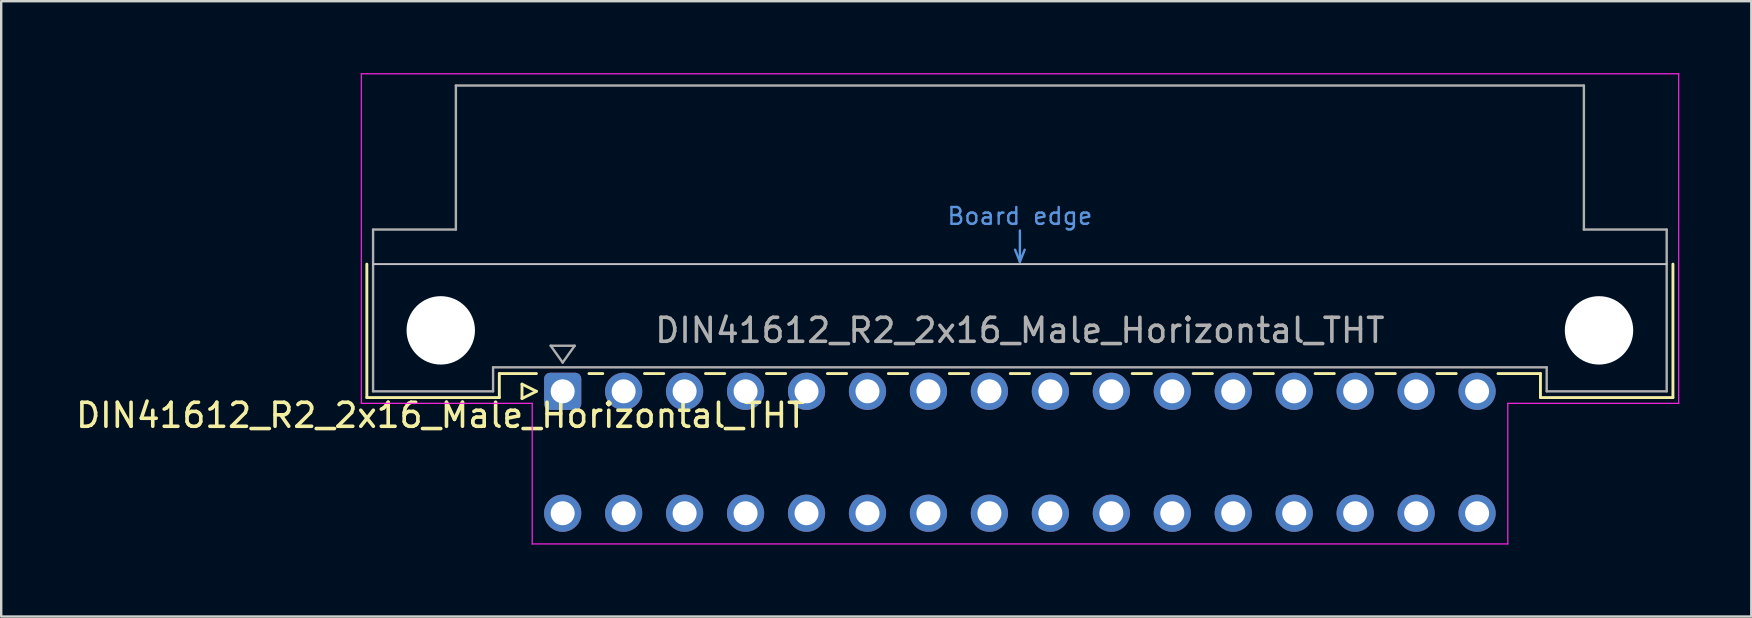
<source format=kicad_pcb>
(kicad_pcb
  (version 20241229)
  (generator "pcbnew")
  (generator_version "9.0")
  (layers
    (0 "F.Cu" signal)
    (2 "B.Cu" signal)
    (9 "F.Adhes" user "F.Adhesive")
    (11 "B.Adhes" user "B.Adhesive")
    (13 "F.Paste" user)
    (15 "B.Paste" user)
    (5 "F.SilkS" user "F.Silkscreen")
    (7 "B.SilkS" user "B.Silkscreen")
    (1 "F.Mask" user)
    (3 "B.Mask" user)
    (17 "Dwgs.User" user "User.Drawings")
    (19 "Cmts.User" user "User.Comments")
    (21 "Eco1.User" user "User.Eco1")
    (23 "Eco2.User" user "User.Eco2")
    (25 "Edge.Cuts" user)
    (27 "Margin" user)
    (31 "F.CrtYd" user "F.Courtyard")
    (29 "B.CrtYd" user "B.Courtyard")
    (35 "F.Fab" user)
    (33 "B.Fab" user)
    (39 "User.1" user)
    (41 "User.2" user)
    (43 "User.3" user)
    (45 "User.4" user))
  (footprint "DIN41612_R2_2x16_Male_Horizontal_THT"
    (layer "F.Cu")
    (at 20.395 13.255)
    (property "Reference" "DIN41612_R2_2x16_Male_Horizontal_THT" (at -5.08 1 0) (layer "F.SilkS") (effects (font (size 1 1) (thickness 0.15))))
    (attr through_hole)
    (fp_line (start -8.16 -5.3) (end -8.16 0.26) (stroke (width 0.12) (type solid)) (layer "F.SilkS"))
    (fp_line (start -8.16 0.26) (end -2.64 0.26) (stroke (width 0.12) (type solid)) (layer "F.SilkS"))
    (fp_line (start -2.64 -0.74) (end -1.095 -0.74) (stroke (width 0.12) (type solid)) (layer "F.SilkS"))
    (fp_line (start -2.64 0.26) (end -2.64 -0.74) (stroke (width 0.12) (type solid)) (layer "F.SilkS"))
    (fp_line (start -1.695 -0.3) (end -1.695 0.3) (stroke (width 0.12) (type solid)) (layer "F.SilkS"))
    (fp_line (start -1.695 0.3) (end -1.095 0) (stroke (width 0.12) (type solid)) (layer "F.SilkS"))
    (fp_line (start -1.095 0) (end -1.695 -0.3) (stroke (width 0.12) (type solid)) (layer "F.SilkS"))
    (fp_line (start 1.095 -0.74) (end 1.671 -0.74) (stroke (width 0.12) (type solid)) (layer "F.SilkS"))
    (fp_line (start 3.41 -0.74) (end 4.211 -0.74) (stroke (width 0.12) (type solid)) (layer "F.SilkS"))
    (fp_line (start 5.95 -0.74) (end 6.751 -0.74) (stroke (width 0.12) (type solid)) (layer "F.SilkS"))
    (fp_line (start 8.49 -0.74) (end 9.291 -0.74) (stroke (width 0.12) (type solid)) (layer "F.SilkS"))
    (fp_line (start 11.03 -0.74) (end 11.831 -0.74) (stroke (width 0.12) (type solid)) (layer "F.SilkS"))
    (fp_line (start 13.57 -0.74) (end 14.371 -0.74) (stroke (width 0.12) (type solid)) (layer "F.SilkS"))
    (fp_line (start 16.11 -0.74) (end 16.911 -0.74) (stroke (width 0.12) (type solid)) (layer "F.SilkS"))
    (fp_line (start 18.65 -0.74) (end 19.451 -0.74) (stroke (width 0.12) (type solid)) (layer "F.SilkS"))
    (fp_line (start 21.19 -0.74) (end 21.991 -0.74) (stroke (width 0.12) (type solid)) (layer "F.SilkS"))
    (fp_line (start 23.73 -0.74) (end 24.531 -0.74) (stroke (width 0.12) (type solid)) (layer "F.SilkS"))
    (fp_line (start 26.27 -0.74) (end 27.071 -0.74) (stroke (width 0.12) (type solid)) (layer "F.SilkS"))
    (fp_line (start 28.81 -0.74) (end 29.611 -0.74) (stroke (width 0.12) (type solid)) (layer "F.SilkS"))
    (fp_line (start 31.35 -0.74) (end 32.151 -0.74) (stroke (width 0.12) (type solid)) (layer "F.SilkS"))
    (fp_line (start 33.89 -0.74) (end 34.691 -0.74) (stroke (width 0.12) (type solid)) (layer "F.SilkS"))
    (fp_line (start 36.43 -0.74) (end 37.231 -0.74) (stroke (width 0.12) (type solid)) (layer "F.SilkS"))
    (fp_line (start 38.97 -0.74) (end 40.74 -0.74) (stroke (width 0.12) (type solid)) (layer "F.SilkS"))
    (fp_line (start 40.74 0.26) (end 40.74 -0.74) (stroke (width 0.12) (type solid)) (layer "F.SilkS"))
    (fp_line (start 46.26 -5.3) (end 46.26 0.26) (stroke (width 0.12) (type solid)) (layer "F.SilkS"))
    (fp_line (start 46.26 0.26) (end 40.74 0.26) (stroke (width 0.12) (type solid)) (layer "F.SilkS"))
    (fp_line (start -7.9 -5.3) (end 46 -5.3) (stroke (width 0.08) (type solid)) (layer "Dwgs.User"))
    (fp_line (start 18.85 -5.9) (end 19.05 -5.4) (stroke (width 0.1) (type solid)) (layer "Cmts.User"))
    (fp_line (start 19.05 -5.4) (end 19.05 -6.7) (stroke (width 0.1) (type solid)) (layer "Cmts.User"))
    (fp_line (start 19.05 -5.4) (end 19.25 -5.9) (stroke (width 0.1) (type solid)) (layer "Cmts.User"))
    (fp_line (start -8.39 -13.23) (end -8.39 0.5) (stroke (width 0.05) (type solid)) (layer "F.CrtYd"))
    (fp_line (start -8.39 0.5) (end -1.27 0.5) (stroke (width 0.05) (type solid)) (layer "F.CrtYd"))
    (fp_line (start -1.27 0.5) (end -1.27 6.36) (stroke (width 0.05) (type solid)) (layer "F.CrtYd"))
    (fp_line (start -1.27 6.36) (end 39.38 6.36) (stroke (width 0.05) (type solid)) (layer "F.CrtYd"))
    (fp_line (start 39.38 0.5) (end 46.5 0.5) (stroke (width 0.05) (type solid)) (layer "F.CrtYd"))
    (fp_line (start 39.38 6.36) (end 39.38 0.5) (stroke (width 0.05) (type solid)) (layer "F.CrtYd"))
    (fp_line (start 46.5 -13.23) (end -8.39 -13.23) (stroke (width 0.05) (type solid)) (layer "F.CrtYd"))
    (fp_line (start 46.5 0.5) (end 46.5 -13.23) (stroke (width 0.05) (type solid)) (layer "F.CrtYd"))
    (fp_line (start -7.9 -6.74) (end -7.9 0) (stroke (width 0.1) (type solid)) (layer "F.Fab"))
    (fp_line (start -7.9 0) (end -2.9 0) (stroke (width 0.1) (type solid)) (layer "F.Fab"))
    (fp_line (start -4.45 -12.74) (end -4.45 -6.74) (stroke (width 0.1) (type solid)) (layer "F.Fab"))
    (fp_line (start -4.45 -6.74) (end -7.9 -6.74) (stroke (width 0.1) (type solid)) (layer "F.Fab"))
    (fp_line (start -2.9 -1) (end 41 -1) (stroke (width 0.1) (type solid)) (layer "F.Fab"))
    (fp_line (start -2.9 0) (end -2.9 -1) (stroke (width 0.1) (type solid)) (layer "F.Fab"))
    (fp_line (start -0.5 -1.9) (end 0.5 -1.9) (stroke (width 0.1) (type solid)) (layer "F.Fab"))
    (fp_line (start 0 -1.2) (end -0.5 -1.9) (stroke (width 0.1) (type solid)) (layer "F.Fab"))
    (fp_line (start 0.5 -1.9) (end 0 -1.2) (stroke (width 0.1) (type solid)) (layer "F.Fab"))
    (fp_line (start 41 -1) (end 41 0) (stroke (width 0.1) (type solid)) (layer "F.Fab"))
    (fp_line (start 41 0) (end 46 0) (stroke (width 0.1) (type solid)) (layer "F.Fab"))
    (fp_line (start 42.55 -12.74) (end -4.45 -12.74) (stroke (width 0.1) (type solid)) (layer "F.Fab"))
    (fp_line (start 42.55 -6.74) (end 42.55 -12.74) (stroke (width 0.1) (type solid)) (layer "F.Fab"))
    (fp_line (start 46 -6.74) (end 42.55 -6.74) (stroke (width 0.1) (type solid)) (layer "F.Fab"))
    (fp_line (start 46 0) (end 46 -6.74) (stroke (width 0.1) (type solid)) (layer "F.Fab"))
    (fp_text user "Board edge" (at 19.05 -7.3 0) (layer "Cmts.User") (effects (font (size 0.7 0.7) (thickness 0.1))))
    (fp_text user "${REFERENCE}" (at 19.05 -2.54 0) (layer "F.Fab") (effects (font (size 1 1) (thickness 0.15))))
    (pad "" np_thru_hole circle (at -5.08 -2.54) (size 2.85 2.85) (drill 2.85) (layers "*.Cu" "*.Mask"))
    (pad "" np_thru_hole circle (at 43.18 -2.54) (size 2.85 2.85) (drill 2.85) (layers "*.Cu" "*.Mask"))
    (pad "a1" thru_hole roundrect (at 0 0) (size 1.55 1.55) (drill 1) (layers "*.Cu" "*.Mask") (roundrect_rratio 0.161))
    (pad "a2" thru_hole circle (at 2.54 0) (size 1.55 1.55) (drill 1) (layers "*.Cu" "*.Mask"))
    (pad "a3" thru_hole circle (at 5.08 0) (size 1.55 1.55) (drill 1) (layers "*.Cu" "*.Mask"))
    (pad "a4" thru_hole circle (at 7.62 0) (size 1.55 1.55) (drill 1) (layers "*.Cu" "*.Mask"))
    (pad "a5" thru_hole circle (at 10.16 0) (size 1.55 1.55) (drill 1) (layers "*.Cu" "*.Mask"))
    (pad "a6" thru_hole circle (at 12.7 0) (size 1.55 1.55) (drill 1) (layers "*.Cu" "*.Mask"))
    (pad "a7" thru_hole circle (at 15.24 0) (size 1.55 1.55) (drill 1) (layers "*.Cu" "*.Mask"))
    (pad "a8" thru_hole circle (at 17.78 0) (size 1.55 1.55) (drill 1) (layers "*.Cu" "*.Mask"))
    (pad "a9" thru_hole circle (at 20.32 0) (size 1.55 1.55) (drill 1) (layers "*.Cu" "*.Mask"))
    (pad "a10" thru_hole circle (at 22.86 0) (size 1.55 1.55) (drill 1) (layers "*.Cu" "*.Mask"))
    (pad "a11" thru_hole circle (at 25.4 0) (size 1.55 1.55) (drill 1) (layers "*.Cu" "*.Mask"))
    (pad "a12" thru_hole circle (at 27.94 0) (size 1.55 1.55) (drill 1) (layers "*.Cu" "*.Mask"))
    (pad "a13" thru_hole circle (at 30.48 0) (size 1.55 1.55) (drill 1) (layers "*.Cu" "*.Mask"))
    (pad "a14" thru_hole circle (at 33.02 0) (size 1.55 1.55) (drill 1) (layers "*.Cu" "*.Mask"))
    (pad "a15" thru_hole circle (at 35.56 0) (size 1.55 1.55) (drill 1) (layers "*.Cu" "*.Mask"))
    (pad "a16" thru_hole circle (at 38.1 0) (size 1.55 1.55) (drill 1) (layers "*.Cu" "*.Mask"))
    (pad "c1" thru_hole circle (at 0 5.08) (size 1.55 1.55) (drill 1) (layers "*.Cu" "*.Mask"))
    (pad "c2" thru_hole circle (at 2.54 5.08) (size 1.55 1.55) (drill 1) (layers "*.Cu" "*.Mask"))
    (pad "c3" thru_hole circle (at 5.08 5.08) (size 1.55 1.55) (drill 1) (layers "*.Cu" "*.Mask"))
    (pad "c4" thru_hole circle (at 7.62 5.08) (size 1.55 1.55) (drill 1) (layers "*.Cu" "*.Mask"))
    (pad "c5" thru_hole circle (at 10.16 5.08) (size 1.55 1.55) (drill 1) (layers "*.Cu" "*.Mask"))
    (pad "c6" thru_hole circle (at 12.7 5.08) (size 1.55 1.55) (drill 1) (layers "*.Cu" "*.Mask"))
    (pad "c7" thru_hole circle (at 15.24 5.08) (size 1.55 1.55) (drill 1) (layers "*.Cu" "*.Mask"))
    (pad "c8" thru_hole circle (at 17.78 5.08) (size 1.55 1.55) (drill 1) (layers "*.Cu" "*.Mask"))
    (pad "c9" thru_hole circle (at 20.32 5.08) (size 1.55 1.55) (drill 1) (layers "*.Cu" "*.Mask"))
    (pad "c10" thru_hole circle (at 22.86 5.08) (size 1.55 1.55) (drill 1) (layers "*.Cu" "*.Mask"))
    (pad "c11" thru_hole circle (at 25.4 5.08) (size 1.55 1.55) (drill 1) (layers "*.Cu" "*.Mask"))
    (pad "c12" thru_hole circle (at 27.94 5.08) (size 1.55 1.55) (drill 1) (layers "*.Cu" "*.Mask"))
    (pad "c13" thru_hole circle (at 30.48 5.08) (size 1.55 1.55) (drill 1) (layers "*.Cu" "*.Mask"))
    (pad "c14" thru_hole circle (at 33.02 5.08) (size 1.55 1.55) (drill 1) (layers "*.Cu" "*.Mask"))
    (pad "c15" thru_hole circle (at 35.56 5.08) (size 1.55 1.55) (drill 1) (layers "*.Cu" "*.Mask"))
    (pad "c16" thru_hole circle (at 38.1 5.08) (size 1.55 1.55) (drill 1) (layers "*.Cu" "*.Mask")))
  (gr_rect
    (start -3 -3)
    (end 69.92 22.64)
    (stroke (width 0.1) (type default))
    (fill no)
    (layer "Edge.Cuts")))
</source>
